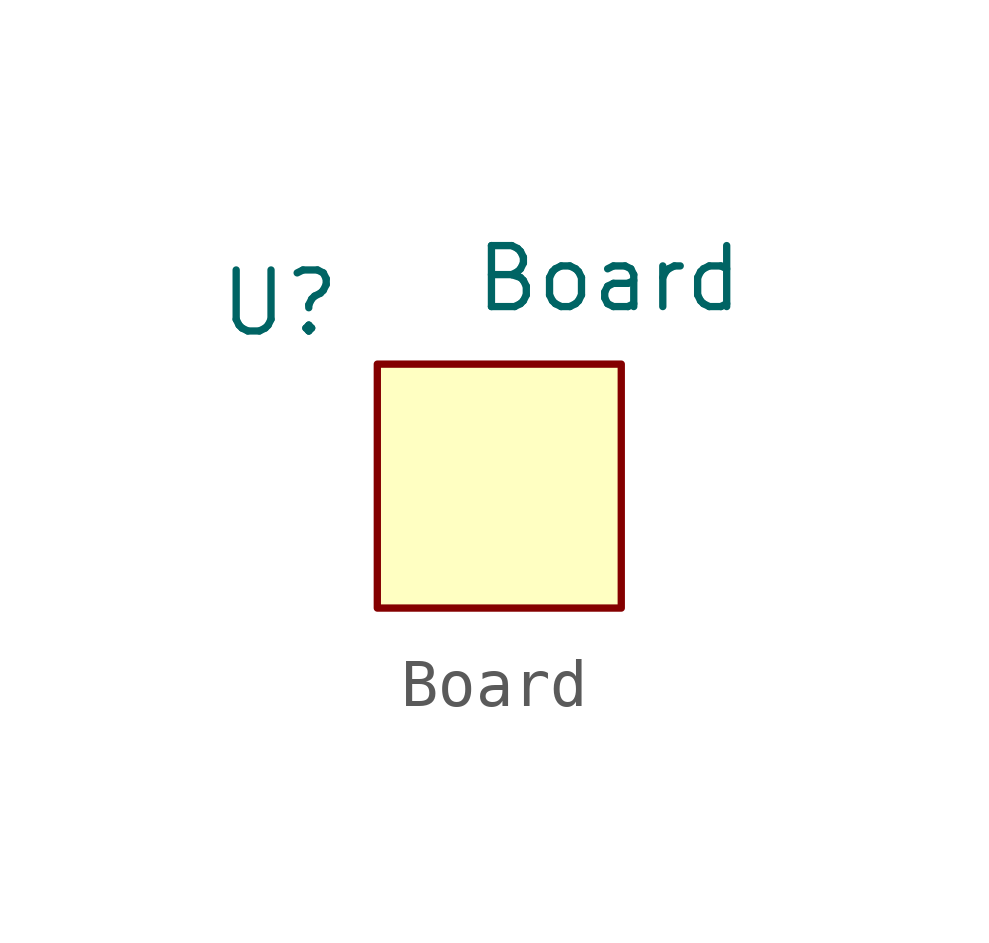
<source format=kicad_sym>
(kicad_symbol_lib
  (version 20231120)
  (generator "kicad_symbol_editor")
  (generator_version "8.0")
  (symbol "Board"
    (property "Reference" "U"
      (at -4.572 3.81 0)
      (effects (font (size 1.27 1.27))))
    (property "Value" "Board"
      (at 2.286 4.318 0)
      (effects (font (size 1.27 1.27))))
    (symbol "Board_1_1"
      (rectangle (start -2.54 2.54) (end 2.54 -2.54) (stroke (width 0) (type default)) (fill (type background))))))
</source>
